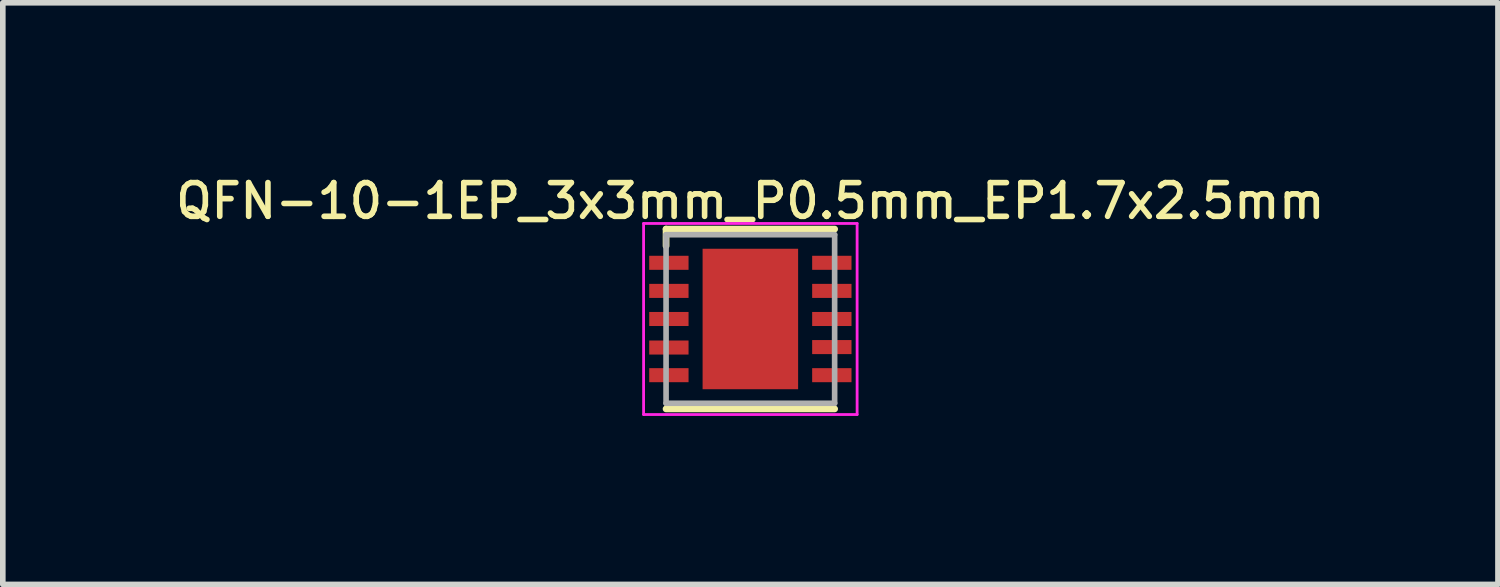
<source format=kicad_pcb>
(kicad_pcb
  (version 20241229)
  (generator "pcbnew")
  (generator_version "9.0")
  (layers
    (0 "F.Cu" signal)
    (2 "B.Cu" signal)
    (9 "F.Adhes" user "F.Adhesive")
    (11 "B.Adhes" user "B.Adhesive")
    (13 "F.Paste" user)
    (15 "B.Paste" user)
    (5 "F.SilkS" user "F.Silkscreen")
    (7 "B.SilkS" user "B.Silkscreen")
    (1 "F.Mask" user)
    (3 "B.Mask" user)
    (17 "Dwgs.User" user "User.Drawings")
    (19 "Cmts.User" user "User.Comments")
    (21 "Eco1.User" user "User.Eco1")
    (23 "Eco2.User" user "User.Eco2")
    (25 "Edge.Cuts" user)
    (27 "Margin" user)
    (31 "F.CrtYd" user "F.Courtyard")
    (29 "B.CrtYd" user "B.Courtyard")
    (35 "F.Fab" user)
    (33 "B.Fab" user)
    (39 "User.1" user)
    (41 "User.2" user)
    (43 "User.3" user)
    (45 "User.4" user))
  (footprint "QFN-10-1EP_3x3mm_P0.5mm_EP1.7x2.5mm"
    (layer "F.Cu")
    (at 10.304 2.627)
    (property "Reference" "QFN-10-1EP_3x3mm_P0.5mm_EP1.7x2.5mm" (at 0 -2.1 0) (layer "F.SilkS") (effects (font (size 0.6 0.6) (thickness 0.1))))
    (attr through_hole)
    (fp_line (start -1.5 -1.6) (end 1.5 -1.6) (stroke (width 0.12) (type solid)) (layer "F.SilkS"))
    (fp_line (start -1.5 -1.3) (end -1.5 -1.6) (stroke (width 0.12) (type solid)) (layer "F.SilkS"))
    (fp_line (start 1.5 1.6) (end -1.5 1.6) (stroke (width 0.12) (type solid)) (layer "F.SilkS"))
    (fp_line (start -1.9 -1.7) (end 1.9 -1.7) (stroke (width 0.05) (type solid)) (layer "F.CrtYd"))
    (fp_line (start -1.9 1.7) (end -1.9 -1.7) (stroke (width 0.05) (type solid)) (layer "F.CrtYd"))
    (fp_line (start 1.9 -1.7) (end 1.9 1.7) (stroke (width 0.05) (type solid)) (layer "F.CrtYd"))
    (fp_line (start 1.9 1.7) (end -1.9 1.7) (stroke (width 0.05) (type solid)) (layer "F.CrtYd"))
    (fp_line (start -1.5 -1.5) (end 1.5 -1.5) (stroke (width 0.1) (type solid)) (layer "F.Fab"))
    (fp_line (start -1.5 1.5) (end -1.5 -1.5) (stroke (width 0.1) (type solid)) (layer "F.Fab"))
    (fp_line (start 1.5 -1.5) (end 1.5 1.5) (stroke (width 0.1) (type solid)) (layer "F.Fab"))
    (fp_line (start 1.5 1.5) (end -1.5 1.5) (stroke (width 0.1) (type solid)) (layer "F.Fab"))
    (pad "1" smd rect (at -1.45 -1) (size 0.7 0.25) (layers "F.Cu" "F.Mask" "F.Paste"))
    (pad "2" smd rect (at -1.45 -0.5) (size 0.7 0.25) (layers "F.Cu" "F.Mask" "F.Paste"))
    (pad "3" smd rect (at -1.45 0) (size 0.7 0.25) (layers "F.Cu" "F.Mask" "F.Paste"))
    (pad "4" smd rect (at -1.45 0.508) (size 0.7 0.25) (layers "F.Cu" "F.Mask" "F.Paste"))
    (pad "5" smd rect (at -1.45 1) (size 0.7 0.25) (layers "F.Cu" "F.Mask" "F.Paste"))
    (pad "6" smd rect (at 1.45 1) (size 0.7 0.25) (layers "F.Cu" "F.Mask" "F.Paste"))
    (pad "7" smd rect (at 1.45 0.5) (size 0.7 0.25) (layers "F.Cu" "F.Mask" "F.Paste"))
    (pad "8" smd rect (at 1.45 0) (size 0.7 0.25) (layers "F.Cu" "F.Mask" "F.Paste"))
    (pad "9" smd rect (at 1.45 -0.5) (size 0.7 0.25) (layers "F.Cu" "F.Mask" "F.Paste"))
    (pad "10" smd rect (at 1.45 -1) (size 0.7 0.25) (layers "F.Cu" "F.Mask" "F.Paste"))
    (pad "11" smd rect (at 0 0) (size 1.7 2.5) (layers "F.Cu" "F.Mask" "F.Paste")))
  (gr_rect
    (start -3 -3)
    (end 23.609 7.351)
    (stroke (width 0.1) (type default))
    (fill no)
    (layer "Edge.Cuts")))
</source>
